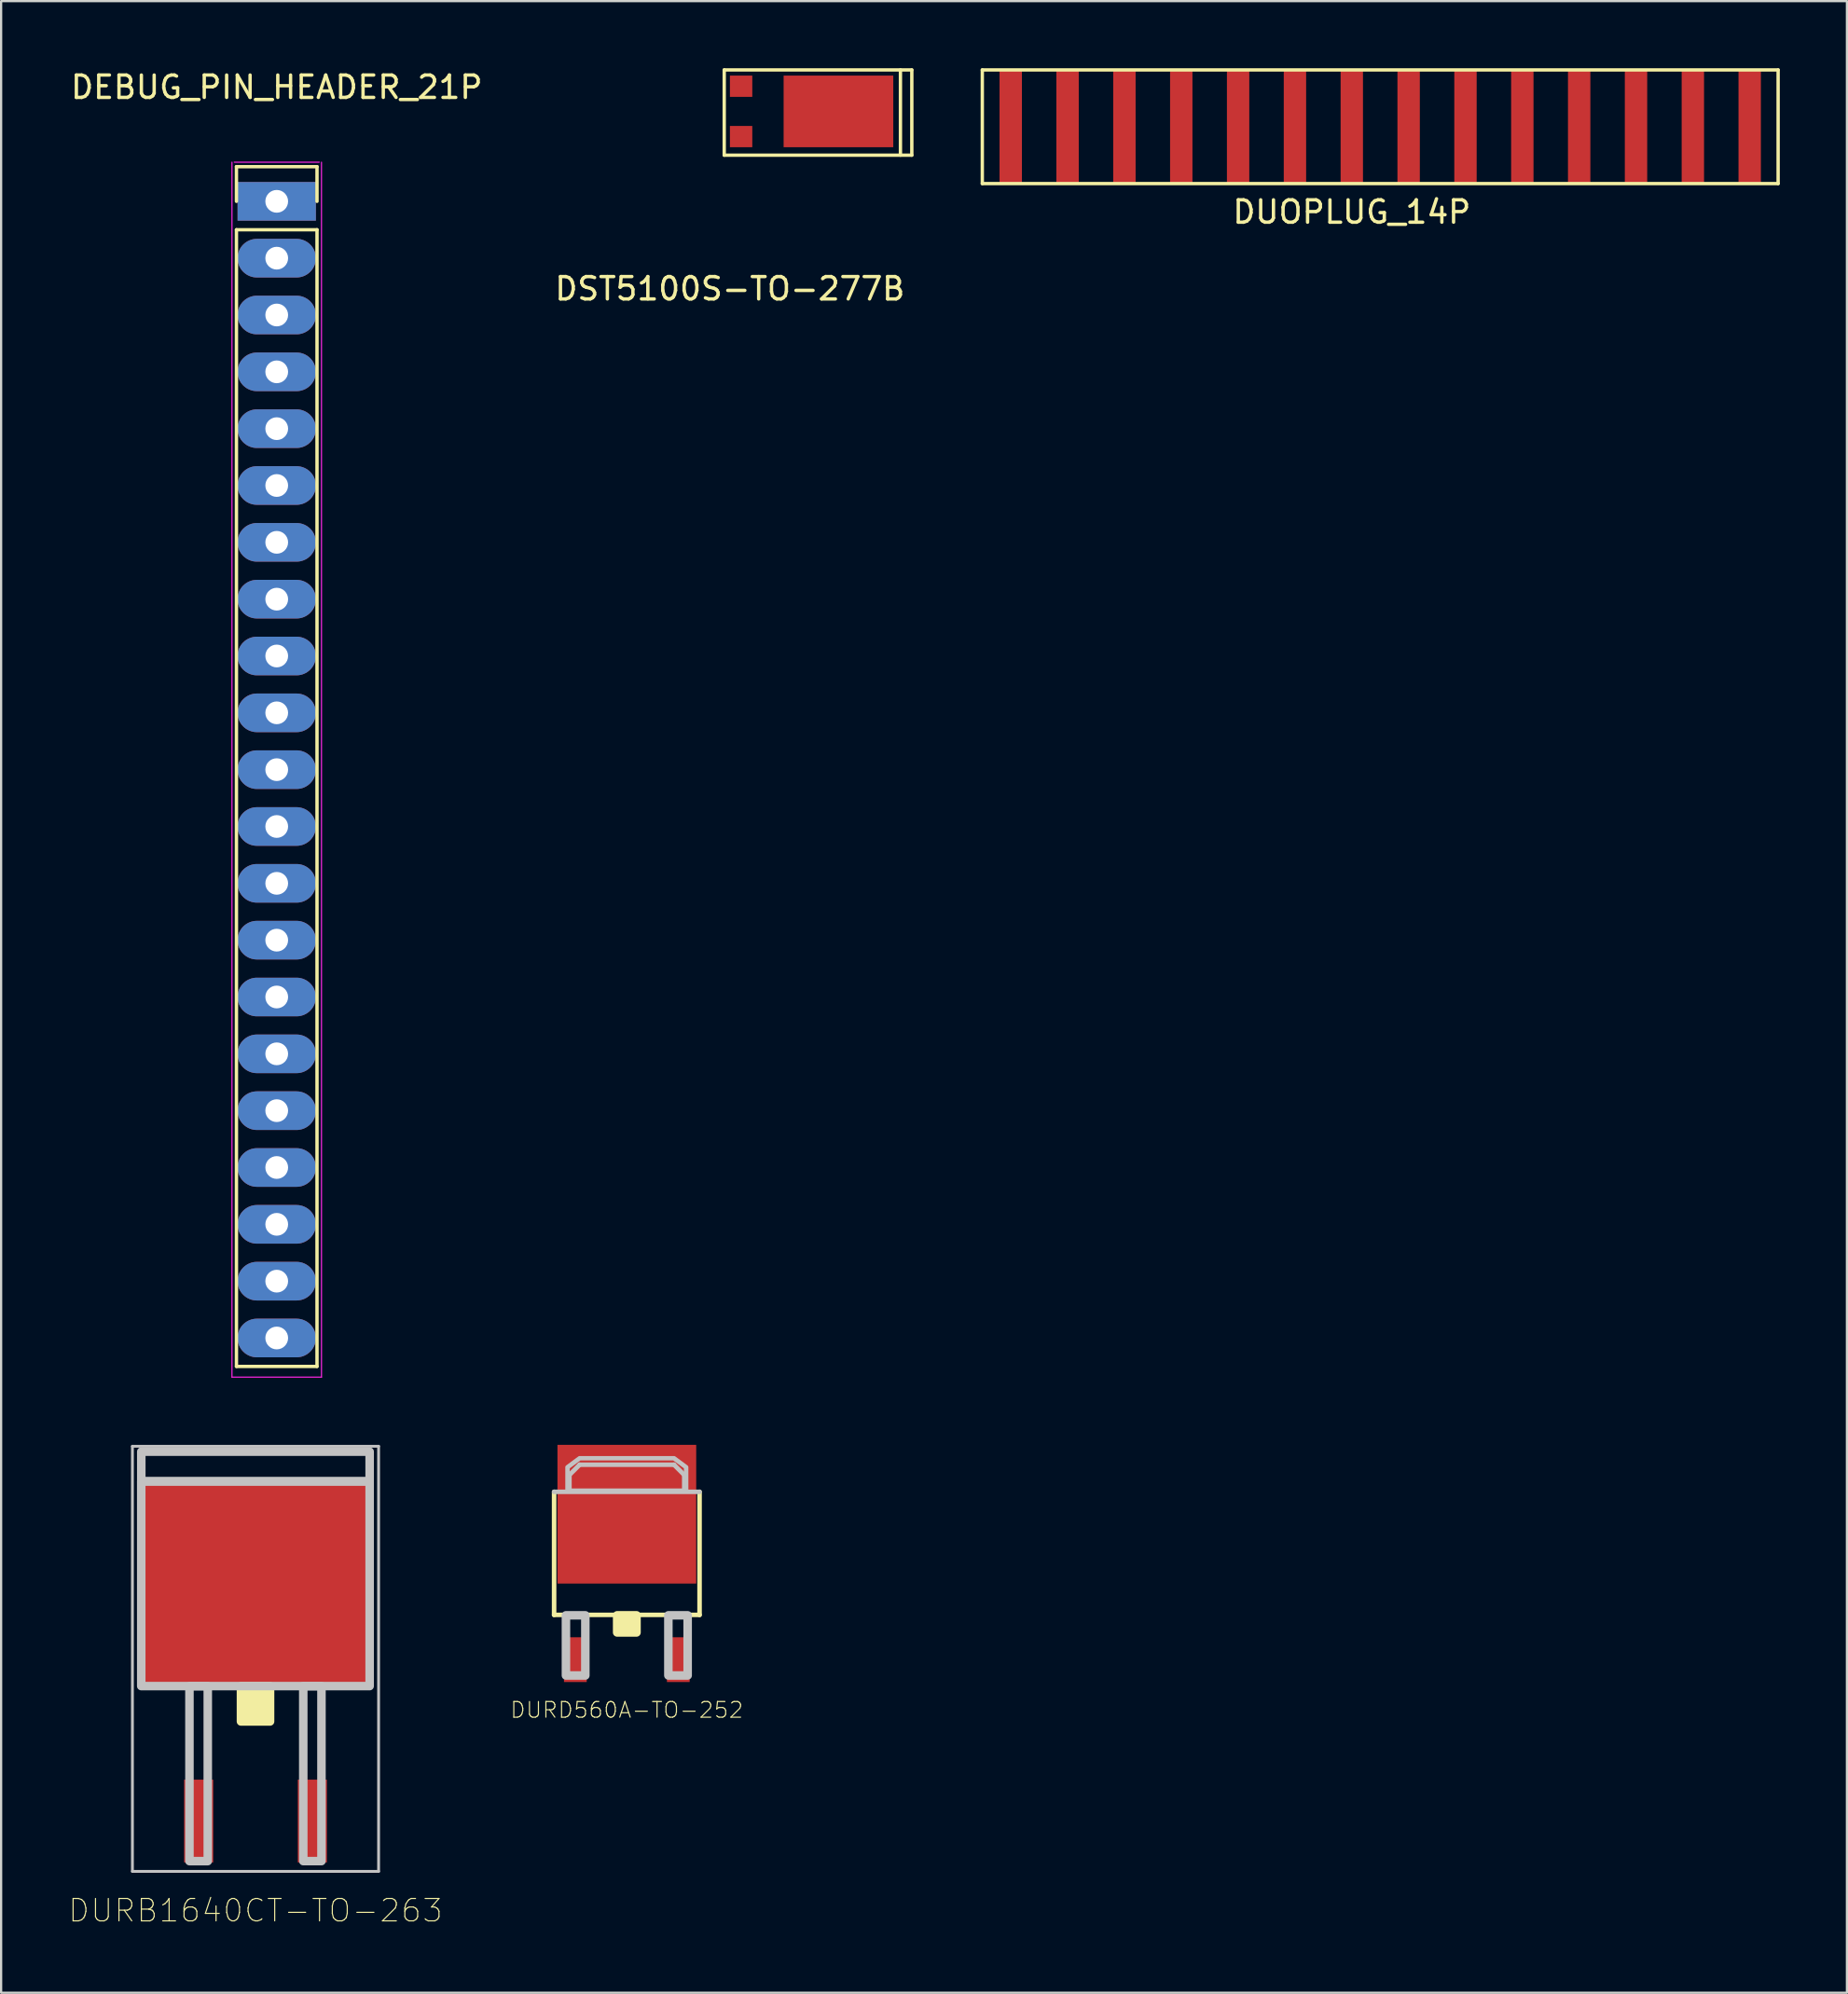
<source format=kicad_pcb>
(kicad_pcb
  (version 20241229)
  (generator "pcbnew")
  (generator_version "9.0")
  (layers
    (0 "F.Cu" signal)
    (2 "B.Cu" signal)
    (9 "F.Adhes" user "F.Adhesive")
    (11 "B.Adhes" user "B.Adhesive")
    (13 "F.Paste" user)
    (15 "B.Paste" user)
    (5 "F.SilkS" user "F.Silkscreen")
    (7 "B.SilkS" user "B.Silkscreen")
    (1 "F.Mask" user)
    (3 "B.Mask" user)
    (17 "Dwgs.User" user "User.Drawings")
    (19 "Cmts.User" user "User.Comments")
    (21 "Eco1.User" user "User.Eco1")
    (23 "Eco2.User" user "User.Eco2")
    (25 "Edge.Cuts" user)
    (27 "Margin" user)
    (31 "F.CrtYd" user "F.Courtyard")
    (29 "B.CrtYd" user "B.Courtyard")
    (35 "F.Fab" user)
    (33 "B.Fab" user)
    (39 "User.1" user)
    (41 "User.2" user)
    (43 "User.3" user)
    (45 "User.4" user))
  (footprint "DEBUG_PIN_HEADER_21P"
    (layer "F.Cu")
    (at 9.315 5.948)
    (property "Reference" "DEBUG_PIN_HEADER_21P" (at 0 -5.1 0) (layer "F.SilkS") (effects (font (size 1 1) (thickness 0.15))))
    (attr through_hole)
    (fp_line (start -1.8 -1.55) (end 1.8 -1.55) (stroke (width 0.15) (type solid)) (layer "F.SilkS"))
    (fp_line (start -1.8 0) (end -1.8 -1.55) (stroke (width 0.15) (type solid)) (layer "F.SilkS"))
    (fp_line (start -1.8 52.07) (end -1.8 1.27) (stroke (width 0.15) (type solid)) (layer "F.SilkS"))
    (fp_line (start 1.8 -1.55) (end 1.8 0) (stroke (width 0.15) (type solid)) (layer "F.SilkS"))
    (fp_line (start 1.8 1.27) (end -1.8 1.27) (stroke (width 0.15) (type solid)) (layer "F.SilkS"))
    (fp_line (start 1.8 1.27) (end 1.8 52.07) (stroke (width 0.15) (type solid)) (layer "F.SilkS"))
    (fp_line (start 1.8 52.07) (end -1.8 52.07) (stroke (width 0.15) (type solid)) (layer "F.SilkS"))
    (fp_line (start -2 -1.75) (end -2 52.55) (stroke (width 0.05) (type solid)) (layer "F.CrtYd"))
    (fp_line (start -2 52.55) (end 2 52.55) (stroke (width 0.05) (type solid)) (layer "F.CrtYd"))
    (fp_line (start -1.9 -1.75) (end 1.9 -1.75) (stroke (width 0.05) (type solid)) (layer "F.CrtYd"))
    (fp_line (start 2 -1.75) (end 2 52.55) (stroke (width 0.05) (type solid)) (layer "F.CrtYd"))
    (pad "1" thru_hole rect (at 0 0) (size 3.5 1.727) (drill 1.016) (layers "*.Cu" "*.Mask"))
    (pad "2" thru_hole oval (at 0 2.54) (size 3.5 1.727) (drill 1.016) (layers "*.Cu" "*.Mask"))
    (pad "3" thru_hole oval (at 0 5.08) (size 3.5 1.727) (drill 1.016) (layers "*.Cu" "*.Mask"))
    (pad "4" thru_hole oval (at 0 7.62) (size 3.5 1.727) (drill 1.016) (layers "*.Cu" "*.Mask"))
    (pad "5" thru_hole oval (at 0 10.16) (size 3.5 1.727) (drill 1.016) (layers "*.Cu" "*.Mask"))
    (pad "6" thru_hole oval (at 0 12.7) (size 3.5 1.727) (drill 1.016) (layers "*.Cu" "*.Mask"))
    (pad "7" thru_hole oval (at 0 15.24) (size 3.5 1.727) (drill 1.016) (layers "*.Cu" "*.Mask"))
    (pad "8" thru_hole oval (at 0 17.78) (size 3.5 1.727) (drill 1.016) (layers "*.Cu" "*.Mask"))
    (pad "9" thru_hole oval (at 0 20.32) (size 3.5 1.727) (drill 1.016) (layers "*.Cu" "*.Mask"))
    (pad "10" thru_hole oval (at 0 22.86) (size 3.5 1.727) (drill 1.016) (layers "*.Cu" "*.Mask"))
    (pad "11" thru_hole oval (at 0 25.4) (size 3.5 1.727) (drill 1.016) (layers "*.Cu" "*.Mask"))
    (pad "12" thru_hole oval (at 0 27.94) (size 3.5 1.727) (drill 1.016) (layers "*.Cu" "*.Mask"))
    (pad "13" thru_hole oval (at 0 30.48) (size 3.5 1.727) (drill 1.016) (layers "*.Cu" "*.Mask"))
    (pad "14" thru_hole oval (at 0 33.02) (size 3.5 1.727) (drill 1.016) (layers "*.Cu" "*.Mask"))
    (pad "15" thru_hole oval (at 0 35.56) (size 3.5 1.727) (drill 1.016) (layers "*.Cu" "*.Mask"))
    (pad "16" thru_hole oval (at 0 38.1) (size 3.5 1.727) (drill 1.016) (layers "*.Cu" "*.Mask"))
    (pad "17" thru_hole oval (at 0 40.64) (size 3.5 1.727) (drill 1.016) (layers "*.Cu" "*.Mask"))
    (pad "18" thru_hole oval (at 0 43.18) (size 3.5 1.727) (drill 1.016) (layers "*.Cu" "*.Mask"))
    (pad "19" thru_hole oval (at 0 45.72) (size 3.5 1.727) (drill 1.016) (layers "*.Cu" "*.Mask"))
    (pad "20" thru_hole oval (at 0 48.26) (size 3.5 1.727) (drill 1.016) (layers "*.Cu" "*.Mask"))
    (pad "21" thru_hole oval (at 0 50.8) (size 3.5 1.727) (drill 1.016) (layers "*.Cu" "*.Mask")))
  (footprint "DST5100S-TO-277B"
    (layer "F.Cu")
    (at 29.565 0.329)
    (property "Reference" "DST5100S-TO-277B" (at 0 9.525 0) (layer "F.SilkS") (effects (font (size 1 1) (thickness 0.15))))
    (attr through_hole)
    (fp_line (start -0.254 -0.254) (end -0.254 3.556) (stroke (width 0.15) (type solid)) (layer "F.SilkS"))
    (fp_line (start -0.254 3.556) (end 8.128 3.556) (stroke (width 0.15) (type solid)) (layer "F.SilkS"))
    (fp_line (start 7.62 -0.254) (end 7.62 3.556) (stroke (width 0.15) (type solid)) (layer "F.SilkS"))
    (fp_line (start 8.128 -0.254) (end -0.254 -0.254) (stroke (width 0.15) (type solid)) (layer "F.SilkS"))
    (fp_line (start 8.128 3.556) (end 8.128 -0.254) (stroke (width 0.15) (type solid)) (layer "F.SilkS"))
    (pad "1" connect rect (at 4.85 1.6) (size 4.9 3.2) (layers "F.Cu" "F.Mask"))
    (pad "2" connect rect (at 0.5 0.475) (size 1 0.95) (layers "F.Cu" "F.Mask"))
    (pad "2" connect rect (at 0.5 2.725) (size 1 0.95) (layers "F.Cu" "F.Mask")))
  (footprint "DURB1640CT-TO-263"
    (layer "F.Cu")
    (at 8.367 78.337)
    (property "Reference" "DURB1640CT-TO-263" (at 0 4 0) (layer "F.SilkS") (effects (font (size 1.001 1.001) (thickness 0.05))))
    (attr smd)
    (fp_poly (pts (xy -0.65 -6.025) (xy 0.65 -6.025) (xy 0.65 -4.451) (xy -0.65 -4.451)) (stroke (width 0.381) (type solid)) (fill yes) (layer "F.SilkS"))
    (fp_line (start -5.5 -16.75) (end 5.5 -16.75) (stroke (width 0.127) (type solid)) (layer "Dwgs.User"))
    (fp_line (start -5.5 2.25) (end -5.5 -16.75) (stroke (width 0.127) (type solid)) (layer "Dwgs.User"))
    (fp_line (start 5.5 -16.75) (end 5.5 2.25) (stroke (width 0.127) (type solid)) (layer "Dwgs.User"))
    (fp_line (start 5.5 2.25) (end -5.5 2.25) (stroke (width 0.127) (type solid)) (layer "Dwgs.User"))
    (fp_poly (pts (xy -5.106 -15.175) (xy 5.1 -15.175) (xy 5.1 -6.032) (xy -5.106 -6.032)) (stroke (width 0.381) (type solid)) (fill no) (layer "Dwgs.User"))
    (fp_poly (pts (xy -5.104 -16.51) (xy 5.1 -16.51) (xy 5.1 -15.188) (xy -5.104 -15.188)) (stroke (width 0.381) (type solid)) (fill no) (layer "Dwgs.User"))
    (fp_poly (pts (xy -2.952 -6.026) (xy -2.133 -6.026) (xy -2.133 1.791) (xy -2.952 1.791)) (stroke (width 0.381) (type solid)) (fill no) (layer "Dwgs.User"))
    (fp_poly (pts (xy 2.134 -6.026) (xy 2.947 -6.026) (xy 2.947 1.79) (xy 2.134 1.79)) (stroke (width 0.381) (type solid)) (fill no) (layer "Dwgs.User"))
    (pad "1" smd rect (at -2.54 0) (size 1.3 3.7) (layers "F.Cu" "F.Mask" "F.Paste"))
    (pad "3" smd rect (at 2.54 0) (size 1.3 3.7) (layers "F.Cu" "F.Mask" "F.Paste"))
    (pad "4" smd rect (at 0 -10.6) (size 10.3 8.9) (layers "F.Cu" "F.Mask" "F.Paste")))
  (footprint "DURD560A-TO-252"
    (layer "F.Cu")
    (at 24.959 66.373)
    (property "Reference" "DURD560A-TO-252" (at 0 7 0) (layer "F.SilkS") (effects (font (size 0.7 0.7) (thickness 0.05))))
    (attr smd)
    (fp_line (start -3.25 2.75) (end -3.25 -2.75) (stroke (width 0.203) (type solid)) (layer "F.SilkS"))
    (fp_line (start 3.25 -2.75) (end 3.25 2.75) (stroke (width 0.203) (type solid)) (layer "F.SilkS"))
    (fp_line (start 3.25 2.75) (end -3.25 2.75) (stroke (width 0.203) (type solid)) (layer "F.SilkS"))
    (fp_poly (pts (xy -0.432 2.769) (xy 0.432 2.769) (xy 0.432 3.535) (xy -0.432 3.535)) (stroke (width 0.381) (type solid)) (fill yes) (layer "F.SilkS"))
    (fp_line (start -3.25 -2.75) (end 3.25 -2.75) (stroke (width 0.203) (type solid)) (layer "Dwgs.User"))
    (fp_line (start -2.565 -3.505) (end -2.108 -3.962) (stroke (width 0.203) (type solid)) (layer "Dwgs.User"))
    (fp_line (start -2.565 -2.794) (end -2.565 -3.505) (stroke (width 0.203) (type solid)) (layer "Dwgs.User"))
    (fp_line (start -2.108 -3.962) (end 2.108 -3.962) (stroke (width 0.203) (type solid)) (layer "Dwgs.User"))
    (fp_line (start 2.108 -3.962) (end 2.565 -3.505) (stroke (width 0.203) (type solid)) (layer "Dwgs.User"))
    (fp_line (start 2.565 -3.505) (end 2.565 -2.794) (stroke (width 0.203) (type solid)) (layer "Dwgs.User"))
    (fp_line (start 2.565 -2.794) (end -2.565 -2.794) (stroke (width 0.203) (type solid)) (layer "Dwgs.User"))
    (fp_poly (pts (xy -2.721 2.769) (xy -1.854 2.769) (xy -1.854 5.457) (xy -2.721 5.457)) (stroke (width 0.381) (type solid)) (fill no) (layer "Dwgs.User"))
    (fp_poly (pts (xy 1.856 2.769) (xy 2.718 2.769) (xy 2.718 5.457) (xy 1.856 5.457)) (stroke (width 0.381) (type solid)) (fill no) (layer "Dwgs.User"))
    (fp_poly (pts (xy -2.65 -2.794) (xy -2.65 -3.85) (xy -2.108 -4.25) (xy 2.108 -4.25) (xy 2.65 -3.85) (xy 2.65 -2.794)) (stroke (width 0.2) (type solid)) (fill no) (layer "Dwgs.User"))
    (pad "1" smd rect (at -2.3 4.75) (size 1.016 2) (layers "F.Cu" "F.Mask" "F.Paste"))
    (pad "2" smd rect (at 0 -1.75) (size 6.2 6.2) (layers "F.Cu" "F.Mask" "F.Paste"))
    (pad "3" smd rect (at 2.3 4.75) (size 1.016 2) (layers "F.Cu" "F.Mask" "F.Paste")))
  (footprint "DUOPLUG_14P"
    (layer "F.Cu")
    (at 57.353 2.615)
    (property "Reference" "DUOPLUG_14P" (at 0 3.81 0) (layer "F.SilkS") (effects (font (size 1 1) (thickness 0.15))))
    (attr through_hole)
    (fp_line (start -16.51 -2.54) (end -16.51 2.54) (stroke (width 0.15) (type solid)) (layer "F.SilkS"))
    (fp_line (start -16.51 2.54) (end 19.05 2.54) (stroke (width 0.15) (type solid)) (layer "F.SilkS"))
    (fp_line (start 19.05 -2.54) (end -16.51 -2.54) (stroke (width 0.15) (type solid)) (layer "F.SilkS"))
    (fp_line (start 19.05 2.54) (end 19.05 -2.54) (stroke (width 0.15) (type solid)) (layer "F.SilkS"))
    (pad "1" smd rect (at 17.78 0) (size 1 5) (layers "F.Cu" "F.Mask" "F.Paste"))
    (pad "2" smd rect (at 15.24 0) (size 1 5) (layers "F.Cu" "F.Mask" "F.Paste"))
    (pad "3" smd rect (at 12.7 0) (size 1 5) (layers "F.Cu" "F.Mask" "F.Paste"))
    (pad "4" smd rect (at 10.16 0) (size 1 5) (layers "F.Cu" "F.Mask" "F.Paste"))
    (pad "5" smd rect (at 7.62 0) (size 1 5) (layers "F.Cu" "F.Mask" "F.Paste"))
    (pad "6" smd rect (at 5.08 0) (size 1 5) (layers "F.Cu" "F.Mask" "F.Paste"))
    (pad "7" smd rect (at 2.54 0) (size 1 5) (layers "F.Cu" "F.Mask" "F.Paste"))
    (pad "8" smd rect (at 0 0) (size 1 5) (layers "F.Cu" "F.Mask" "F.Paste"))
    (pad "9" smd rect (at -2.54 0) (size 1 5) (layers "F.Cu" "F.Mask" "F.Paste"))
    (pad "10" smd rect (at -5.08 0) (size 1 5) (layers "F.Cu" "F.Mask" "F.Paste"))
    (pad "11" smd rect (at -7.62 0) (size 1 5) (layers "F.Cu" "F.Mask" "F.Paste"))
    (pad "12" smd rect (at -10.16 0) (size 1 5) (layers "F.Cu" "F.Mask" "F.Paste"))
    (pad "13" smd rect (at -12.7 0) (size 1 5) (layers "F.Cu" "F.Mask" "F.Paste"))
    (pad "14" smd rect (at -15.24 0) (size 1 5) (layers "F.Cu" "F.Mask" "F.Paste")))
  (gr_rect
    (start -3 -3)
    (end 79.478 86.01)
    (stroke (width 0.1) (type default))
    (fill no)
    (layer "Edge.Cuts")))
</source>
